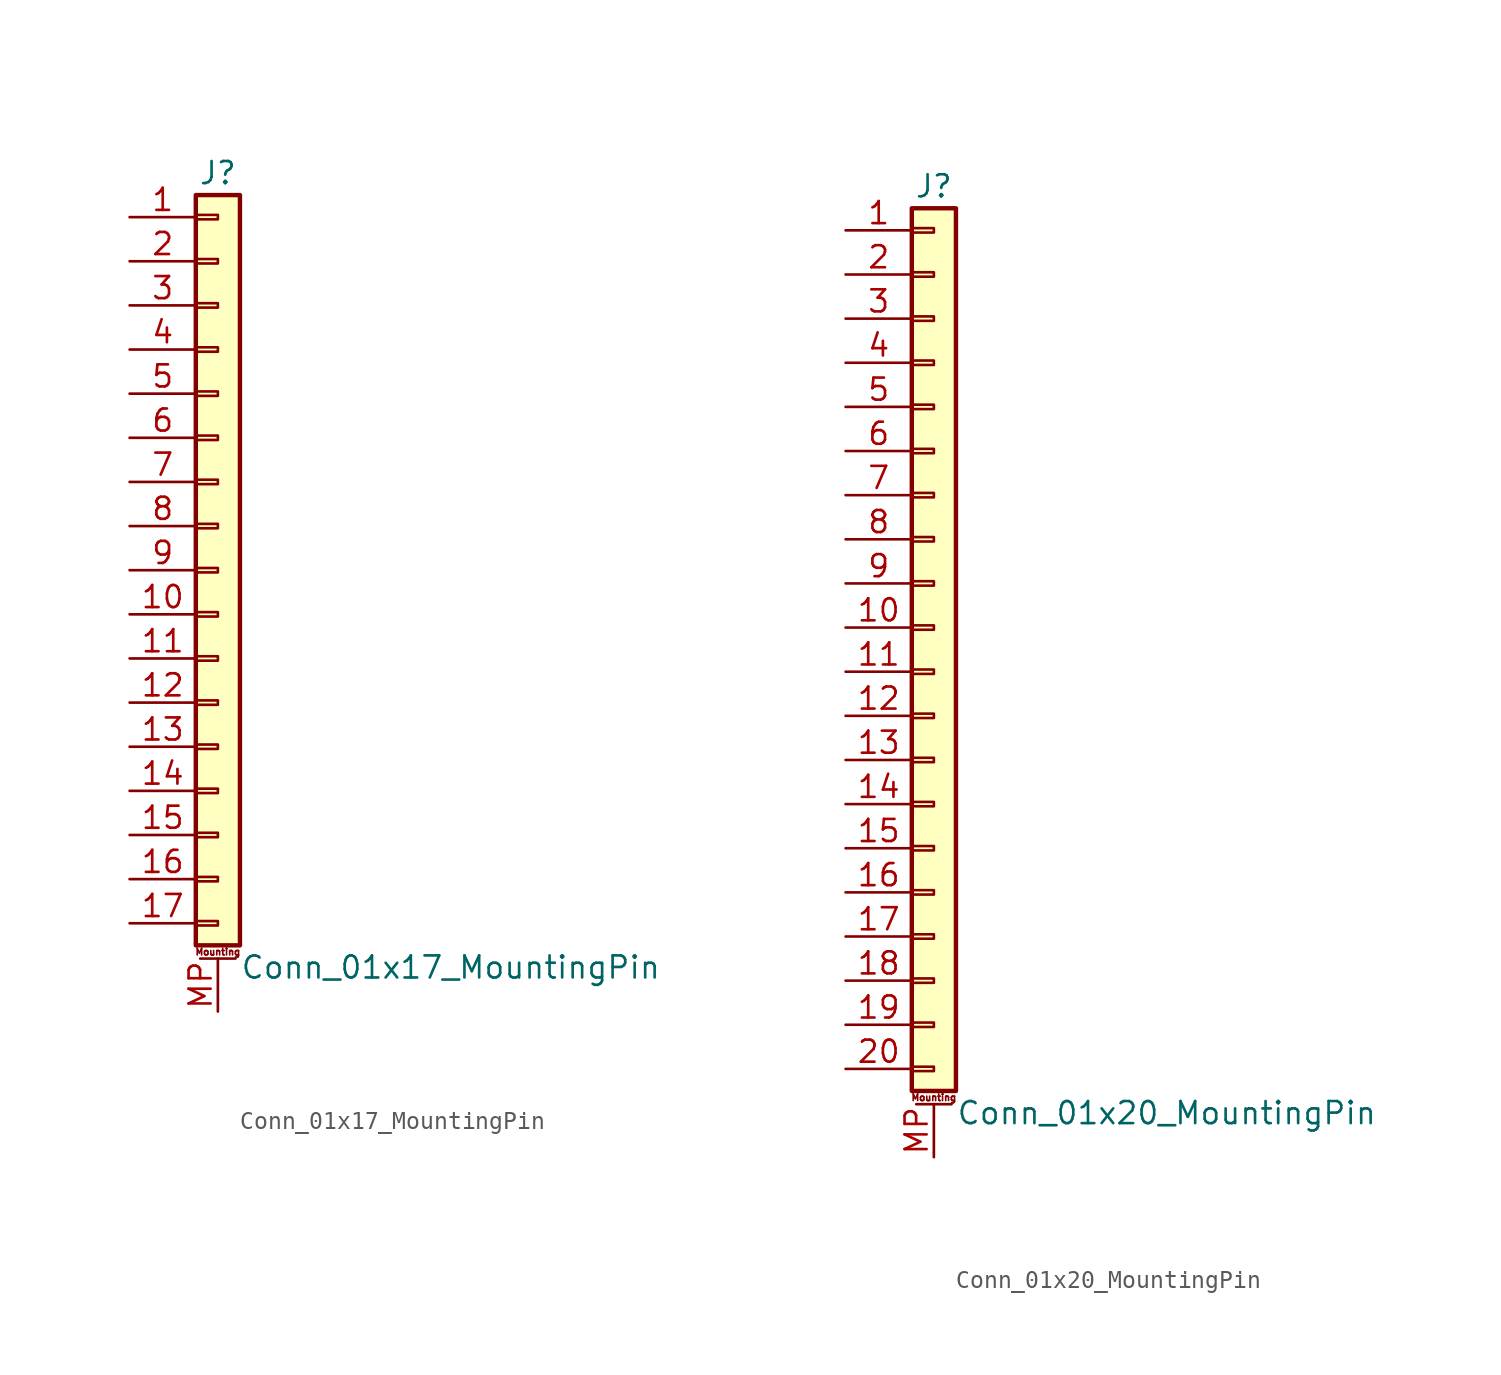
<source format=kicad_sym>
(kicad_symbol_lib
  (version 20220914)
  (generator kicad_symbol_editor)
  (symbol "Conn_01x17_MountingPin"
    (pin_names
      (offset 1.016) hide)
    (property "Reference" "J"
      (at 0 22.86 0)
      (effects (font (size 1.27 1.27))))
    (property "Value" "Conn_01x17_MountingPin"
      (at 1.27 -22.86 0)
      (effects (font (size 1.27 1.27)) (justify left)))
    (symbol "Conn_01x17_MountingPin_1_1"
      (rectangle (start -1.27 -20.193) (end 0 -20.447) (stroke (width 0.152) (type default)) (fill (type none)))
      (rectangle (start -1.27 -17.653) (end 0 -17.907) (stroke (width 0.152) (type default)) (fill (type none)))
      (rectangle (start -1.27 -15.113) (end 0 -15.367) (stroke (width 0.152) (type default)) (fill (type none)))
      (rectangle (start -1.27 -12.573) (end 0 -12.827) (stroke (width 0.152) (type default)) (fill (type none)))
      (rectangle (start -1.27 -10.033) (end 0 -10.287) (stroke (width 0.152) (type default)) (fill (type none)))
      (rectangle (start -1.27 -7.493) (end 0 -7.747) (stroke (width 0.152) (type default)) (fill (type none)))
      (rectangle (start -1.27 -4.953) (end 0 -5.207) (stroke (width 0.152) (type default)) (fill (type none)))
      (rectangle (start -1.27 -2.413) (end 0 -2.667) (stroke (width 0.152) (type default)) (fill (type none)))
      (rectangle (start -1.27 0.127) (end 0 -0.127) (stroke (width 0.152) (type default)) (fill (type none)))
      (rectangle (start -1.27 2.667) (end 0 2.413) (stroke (width 0.152) (type default)) (fill (type none)))
      (rectangle (start -1.27 5.207) (end 0 4.953) (stroke (width 0.152) (type default)) (fill (type none)))
      (rectangle (start -1.27 7.747) (end 0 7.493) (stroke (width 0.152) (type default)) (fill (type none)))
      (rectangle (start -1.27 10.287) (end 0 10.033) (stroke (width 0.152) (type default)) (fill (type none)))
      (rectangle (start -1.27 12.827) (end 0 12.573) (stroke (width 0.152) (type default)) (fill (type none)))
      (rectangle (start -1.27 15.367) (end 0 15.113) (stroke (width 0.152) (type default)) (fill (type none)))
      (rectangle (start -1.27 17.907) (end 0 17.653) (stroke (width 0.152) (type default)) (fill (type none)))
      (rectangle (start -1.27 20.447) (end 0 20.193) (stroke (width 0.152) (type default)) (fill (type none)))
      (rectangle (start -1.27 21.59) (end 1.27 -21.59) (stroke (width 0.254) (type default)) (fill (type background)))
      (polyline (pts (xy -1.016 -22.352) (xy 1.016 -22.352)) (stroke (width 0.152) (type default)) (fill (type none)))
      (text "Mounting" (at 0 -21.971 0) (effects (font (size 0.381 0.381))))
      (pin passive line (at -5.08 20.32 0) (length 3.81) (name "Pin_1" (effects (font (size 1.27 1.27)))) (number "1" (effects (font (size 1.27 1.27)))))
      (pin passive line (at -5.08 -2.54 0) (length 3.81) (name "Pin_10" (effects (font (size 1.27 1.27)))) (number "10" (effects (font (size 1.27 1.27)))))
      (pin passive line (at -5.08 -5.08 0) (length 3.81) (name "Pin_11" (effects (font (size 1.27 1.27)))) (number "11" (effects (font (size 1.27 1.27)))))
      (pin passive line (at -5.08 -7.62 0) (length 3.81) (name "Pin_12" (effects (font (size 1.27 1.27)))) (number "12" (effects (font (size 1.27 1.27)))))
      (pin passive line (at -5.08 -10.16 0) (length 3.81) (name "Pin_13" (effects (font (size 1.27 1.27)))) (number "13" (effects (font (size 1.27 1.27)))))
      (pin passive line (at -5.08 -12.7 0) (length 3.81) (name "Pin_14" (effects (font (size 1.27 1.27)))) (number "14" (effects (font (size 1.27 1.27)))))
      (pin passive line (at -5.08 -15.24 0) (length 3.81) (name "Pin_15" (effects (font (size 1.27 1.27)))) (number "15" (effects (font (size 1.27 1.27)))))
      (pin passive line (at -5.08 -17.78 0) (length 3.81) (name "Pin_16" (effects (font (size 1.27 1.27)))) (number "16" (effects (font (size 1.27 1.27)))))
      (pin passive line (at -5.08 -20.32 0) (length 3.81) (name "Pin_17" (effects (font (size 1.27 1.27)))) (number "17" (effects (font (size 1.27 1.27)))))
      (pin passive line (at -5.08 17.78 0) (length 3.81) (name "Pin_2" (effects (font (size 1.27 1.27)))) (number "2" (effects (font (size 1.27 1.27)))))
      (pin passive line (at -5.08 15.24 0) (length 3.81) (name "Pin_3" (effects (font (size 1.27 1.27)))) (number "3" (effects (font (size 1.27 1.27)))))
      (pin passive line (at -5.08 12.7 0) (length 3.81) (name "Pin_4" (effects (font (size 1.27 1.27)))) (number "4" (effects (font (size 1.27 1.27)))))
      (pin passive line (at -5.08 10.16 0) (length 3.81) (name "Pin_5" (effects (font (size 1.27 1.27)))) (number "5" (effects (font (size 1.27 1.27)))))
      (pin passive line (at -5.08 7.62 0) (length 3.81) (name "Pin_6" (effects (font (size 1.27 1.27)))) (number "6" (effects (font (size 1.27 1.27)))))
      (pin passive line (at -5.08 5.08 0) (length 3.81) (name "Pin_7" (effects (font (size 1.27 1.27)))) (number "7" (effects (font (size 1.27 1.27)))))
      (pin passive line (at -5.08 2.54 0) (length 3.81) (name "Pin_8" (effects (font (size 1.27 1.27)))) (number "8" (effects (font (size 1.27 1.27)))))
      (pin passive line (at -5.08 0 0) (length 3.81) (name "Pin_9" (effects (font (size 1.27 1.27)))) (number "9" (effects (font (size 1.27 1.27)))))
      (pin passive line (at 0 -25.4 90) (length 3.048) (name "MountPin" (effects (font (size 1.27 1.27)))) (number "MP" (effects (font (size 1.27 1.27)))))))
  (symbol "Conn_01x20_MountingPin"
    (pin_names
      (offset 1.016) hide)
    (property "Reference" "J"
      (at 0 25.4 0)
      (effects (font (size 1.27 1.27))))
    (property "Value" "Conn_01x20_MountingPin"
      (at 1.27 -27.94 0)
      (effects (font (size 1.27 1.27)) (justify left)))
    (symbol "Conn_01x20_MountingPin_1_1"
      (rectangle (start -1.27 -25.273) (end 0 -25.527) (stroke (width 0.152) (type default)) (fill (type none)))
      (rectangle (start -1.27 -22.733) (end 0 -22.987) (stroke (width 0.152) (type default)) (fill (type none)))
      (rectangle (start -1.27 -20.193) (end 0 -20.447) (stroke (width 0.152) (type default)) (fill (type none)))
      (rectangle (start -1.27 -17.653) (end 0 -17.907) (stroke (width 0.152) (type default)) (fill (type none)))
      (rectangle (start -1.27 -15.113) (end 0 -15.367) (stroke (width 0.152) (type default)) (fill (type none)))
      (rectangle (start -1.27 -12.573) (end 0 -12.827) (stroke (width 0.152) (type default)) (fill (type none)))
      (rectangle (start -1.27 -10.033) (end 0 -10.287) (stroke (width 0.152) (type default)) (fill (type none)))
      (rectangle (start -1.27 -7.493) (end 0 -7.747) (stroke (width 0.152) (type default)) (fill (type none)))
      (rectangle (start -1.27 -4.953) (end 0 -5.207) (stroke (width 0.152) (type default)) (fill (type none)))
      (rectangle (start -1.27 -2.413) (end 0 -2.667) (stroke (width 0.152) (type default)) (fill (type none)))
      (rectangle (start -1.27 0.127) (end 0 -0.127) (stroke (width 0.152) (type default)) (fill (type none)))
      (rectangle (start -1.27 2.667) (end 0 2.413) (stroke (width 0.152) (type default)) (fill (type none)))
      (rectangle (start -1.27 5.207) (end 0 4.953) (stroke (width 0.152) (type default)) (fill (type none)))
      (rectangle (start -1.27 7.747) (end 0 7.493) (stroke (width 0.152) (type default)) (fill (type none)))
      (rectangle (start -1.27 10.287) (end 0 10.033) (stroke (width 0.152) (type default)) (fill (type none)))
      (rectangle (start -1.27 12.827) (end 0 12.573) (stroke (width 0.152) (type default)) (fill (type none)))
      (rectangle (start -1.27 15.367) (end 0 15.113) (stroke (width 0.152) (type default)) (fill (type none)))
      (rectangle (start -1.27 17.907) (end 0 17.653) (stroke (width 0.152) (type default)) (fill (type none)))
      (rectangle (start -1.27 20.447) (end 0 20.193) (stroke (width 0.152) (type default)) (fill (type none)))
      (rectangle (start -1.27 22.987) (end 0 22.733) (stroke (width 0.152) (type default)) (fill (type none)))
      (rectangle (start -1.27 24.13) (end 1.27 -26.67) (stroke (width 0.254) (type default)) (fill (type background)))
      (polyline (pts (xy -1.016 -27.432) (xy 1.016 -27.432)) (stroke (width 0.152) (type default)) (fill (type none)))
      (text "Mounting" (at 0 -27.051 0) (effects (font (size 0.381 0.381))))
      (pin passive line (at -5.08 22.86 0) (length 3.81) (name "Pin_1" (effects (font (size 1.27 1.27)))) (number "1" (effects (font (size 1.27 1.27)))))
      (pin passive line (at -5.08 0 0) (length 3.81) (name "Pin_10" (effects (font (size 1.27 1.27)))) (number "10" (effects (font (size 1.27 1.27)))))
      (pin passive line (at -5.08 -2.54 0) (length 3.81) (name "Pin_11" (effects (font (size 1.27 1.27)))) (number "11" (effects (font (size 1.27 1.27)))))
      (pin passive line (at -5.08 -5.08 0) (length 3.81) (name "Pin_12" (effects (font (size 1.27 1.27)))) (number "12" (effects (font (size 1.27 1.27)))))
      (pin passive line (at -5.08 -7.62 0) (length 3.81) (name "Pin_13" (effects (font (size 1.27 1.27)))) (number "13" (effects (font (size 1.27 1.27)))))
      (pin passive line (at -5.08 -10.16 0) (length 3.81) (name "Pin_14" (effects (font (size 1.27 1.27)))) (number "14" (effects (font (size 1.27 1.27)))))
      (pin passive line (at -5.08 -12.7 0) (length 3.81) (name "Pin_15" (effects (font (size 1.27 1.27)))) (number "15" (effects (font (size 1.27 1.27)))))
      (pin passive line (at -5.08 -15.24 0) (length 3.81) (name "Pin_16" (effects (font (size 1.27 1.27)))) (number "16" (effects (font (size 1.27 1.27)))))
      (pin passive line (at -5.08 -17.78 0) (length 3.81) (name "Pin_17" (effects (font (size 1.27 1.27)))) (number "17" (effects (font (size 1.27 1.27)))))
      (pin passive line (at -5.08 -20.32 0) (length 3.81) (name "Pin_18" (effects (font (size 1.27 1.27)))) (number "18" (effects (font (size 1.27 1.27)))))
      (pin passive line (at -5.08 -22.86 0) (length 3.81) (name "Pin_19" (effects (font (size 1.27 1.27)))) (number "19" (effects (font (size 1.27 1.27)))))
      (pin passive line (at -5.08 20.32 0) (length 3.81) (name "Pin_2" (effects (font (size 1.27 1.27)))) (number "2" (effects (font (size 1.27 1.27)))))
      (pin passive line (at -5.08 -25.4 0) (length 3.81) (name "Pin_20" (effects (font (size 1.27 1.27)))) (number "20" (effects (font (size 1.27 1.27)))))
      (pin passive line (at -5.08 17.78 0) (length 3.81) (name "Pin_3" (effects (font (size 1.27 1.27)))) (number "3" (effects (font (size 1.27 1.27)))))
      (pin passive line (at -5.08 15.24 0) (length 3.81) (name "Pin_4" (effects (font (size 1.27 1.27)))) (number "4" (effects (font (size 1.27 1.27)))))
      (pin passive line (at -5.08 12.7 0) (length 3.81) (name "Pin_5" (effects (font (size 1.27 1.27)))) (number "5" (effects (font (size 1.27 1.27)))))
      (pin passive line (at -5.08 10.16 0) (length 3.81) (name "Pin_6" (effects (font (size 1.27 1.27)))) (number "6" (effects (font (size 1.27 1.27)))))
      (pin passive line (at -5.08 7.62 0) (length 3.81) (name "Pin_7" (effects (font (size 1.27 1.27)))) (number "7" (effects (font (size 1.27 1.27)))))
      (pin passive line (at -5.08 5.08 0) (length 3.81) (name "Pin_8" (effects (font (size 1.27 1.27)))) (number "8" (effects (font (size 1.27 1.27)))))
      (pin passive line (at -5.08 2.54 0) (length 3.81) (name "Pin_9" (effects (font (size 1.27 1.27)))) (number "9" (effects (font (size 1.27 1.27)))))
      (pin passive line (at 0 -30.48 90) (length 3.048) (name "MountPin" (effects (font (size 1.27 1.27)))) (number "MP" (effects (font (size 1.27 1.27))))))))
</source>
